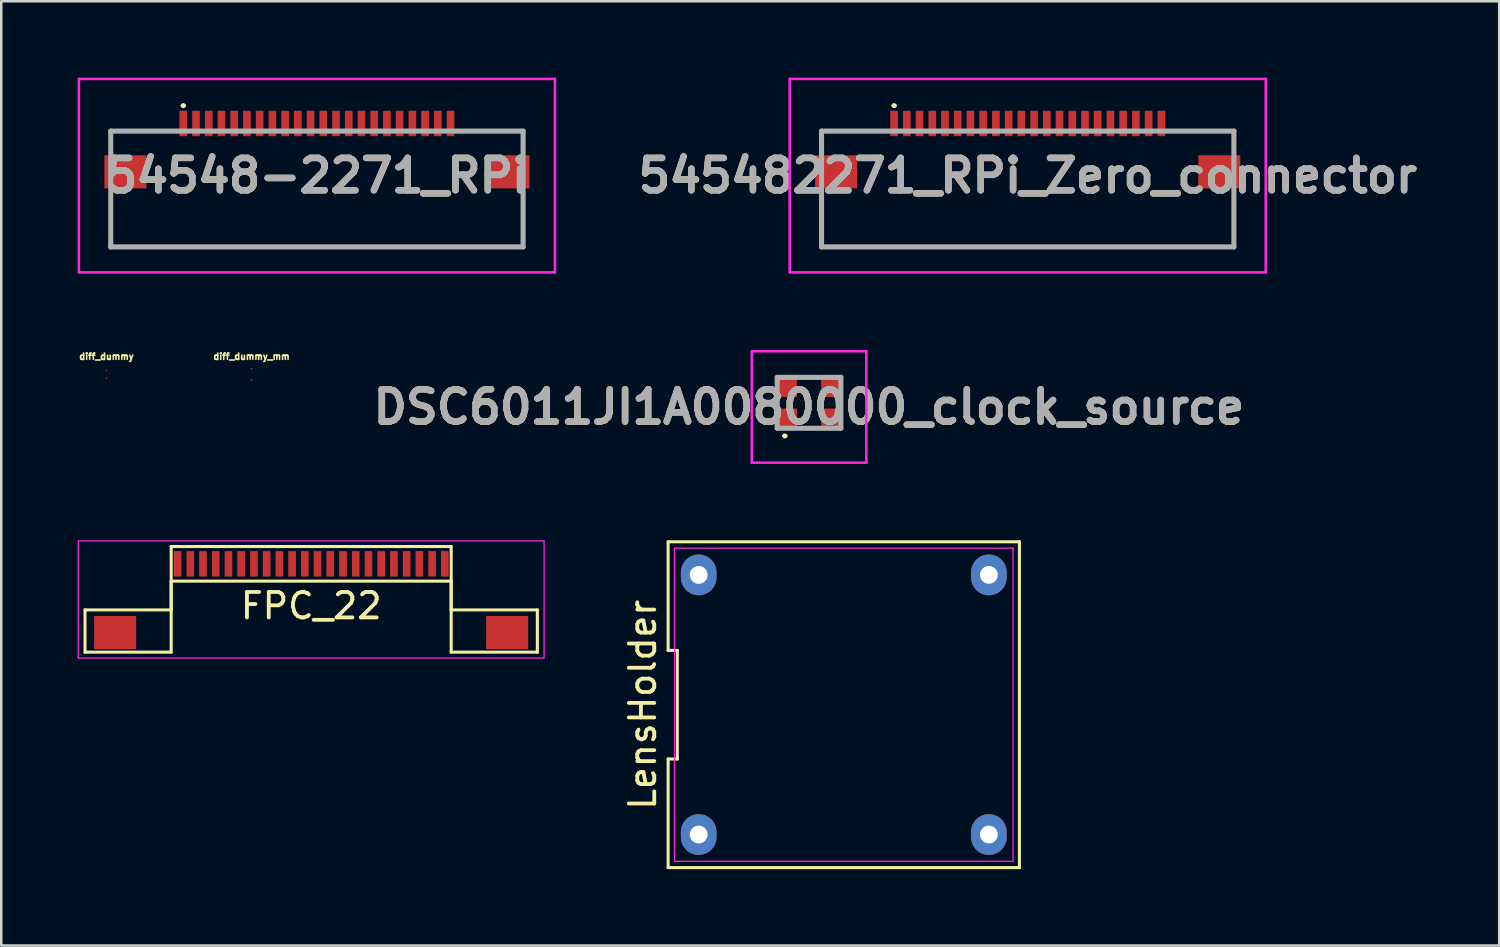
<source format=kicad_pcb>
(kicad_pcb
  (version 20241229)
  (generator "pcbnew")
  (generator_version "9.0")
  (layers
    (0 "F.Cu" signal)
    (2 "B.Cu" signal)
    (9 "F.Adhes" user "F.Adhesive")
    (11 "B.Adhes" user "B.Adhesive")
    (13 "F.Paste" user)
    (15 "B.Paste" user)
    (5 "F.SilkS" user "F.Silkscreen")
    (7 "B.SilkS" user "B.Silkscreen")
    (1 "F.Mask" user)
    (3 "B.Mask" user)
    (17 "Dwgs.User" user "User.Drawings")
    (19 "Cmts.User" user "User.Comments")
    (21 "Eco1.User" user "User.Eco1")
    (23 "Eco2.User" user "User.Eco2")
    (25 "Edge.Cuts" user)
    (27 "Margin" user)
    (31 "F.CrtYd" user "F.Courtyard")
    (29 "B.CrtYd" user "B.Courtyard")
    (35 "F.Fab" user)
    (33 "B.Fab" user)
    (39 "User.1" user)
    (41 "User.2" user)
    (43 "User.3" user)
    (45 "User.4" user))
  (footprint "FPC_22"
    (layer "F.Cu")
    (at 9.175 19.1)
    (property "Reference" "FPC_22" (at 0 1.65 0) (layer "F.SilkS") (effects (font (size 1 1) (thickness 0.15))))
    (attr smd)
    (fp_line (start -8.885 1.81) (end -5.5 1.81) (stroke (width 0.12) (type solid)) (layer "F.SilkS"))
    (fp_line (start -8.885 3.47) (end -8.885 1.81) (stroke (width 0.12) (type solid)) (layer "F.SilkS"))
    (fp_line (start -5.5 -0.68) (end 5.5 -0.68) (stroke (width 0.12) (type solid)) (layer "F.SilkS"))
    (fp_line (start -5.5 0.68) (end -5.5 3.47) (stroke (width 0.12) (type solid)) (layer "F.SilkS"))
    (fp_line (start -5.5 0.68) (end 5.5 0.68) (stroke (width 0.12) (type solid)) (layer "F.SilkS"))
    (fp_line (start -5.5 1.81) (end -5.5 -0.68) (stroke (width 0.12) (type solid)) (layer "F.SilkS"))
    (fp_line (start -5.5 3.47) (end -8.885 3.47) (stroke (width 0.12) (type solid)) (layer "F.SilkS"))
    (fp_line (start 5.5 0.68) (end 5.5 3.47) (stroke (width 0.12) (type solid)) (layer "F.SilkS"))
    (fp_line (start 5.5 1.81) (end 5.5 -0.68) (stroke (width 0.12) (type solid)) (layer "F.SilkS"))
    (fp_line (start 5.5 3.47) (end 8.885 3.47) (stroke (width 0.12) (type solid)) (layer "F.SilkS"))
    (fp_line (start 8.885 1.81) (end 5.5 1.81) (stroke (width 0.12) (type solid)) (layer "F.SilkS"))
    (fp_line (start 8.885 3.47) (end 8.885 1.81) (stroke (width 0.12) (type solid)) (layer "F.SilkS"))
    (fp_line (start -9.15 -0.9) (end -9.15 3.7) (stroke (width 0.05) (type solid)) (layer "F.CrtYd"))
    (fp_line (start -9.15 -0.9) (end 9.15 -0.9) (stroke (width 0.05) (type solid)) (layer "F.CrtYd"))
    (fp_line (start -9.15 3.7) (end 9.15 3.7) (stroke (width 0.05) (type solid)) (layer "F.CrtYd"))
    (fp_line (start 9.15 -0.9) (end 9.15 3.7) (stroke (width 0.05) (type solid)) (layer "F.CrtYd"))
    (pad "0" smd rect (at -7.7 2.7) (size 1.65 1.3) (layers "F.Cu" "F.Mask" "F.Paste"))
    (pad "0" smd rect (at 7.7 2.7) (size 1.65 1.3) (layers "F.Cu" "F.Mask" "F.Paste"))
    (pad "1" smd rect (at -5.25 0) (size 0.3 1) (layers "F.Cu" "F.Mask" "F.Paste"))
    (pad "2" smd rect (at -4.75 0) (size 0.3 1) (layers "F.Cu" "F.Mask" "F.Paste"))
    (pad "3" smd rect (at -4.25 0) (size 0.3 1) (layers "F.Cu" "F.Mask" "F.Paste"))
    (pad "4" smd rect (at -3.75 0) (size 0.3 1) (layers "F.Cu" "F.Mask" "F.Paste"))
    (pad "5" smd rect (at -3.25 0) (size 0.3 1) (layers "F.Cu" "F.Mask" "F.Paste"))
    (pad "6" smd rect (at -2.75 0) (size 0.3 1) (layers "F.Cu" "F.Mask" "F.Paste"))
    (pad "7" smd rect (at -2.25 0) (size 0.3 1) (layers "F.Cu" "F.Mask" "F.Paste"))
    (pad "8" smd rect (at -1.75 0) (size 0.3 1) (layers "F.Cu" "F.Mask" "F.Paste"))
    (pad "9" smd rect (at -1.25 0) (size 0.3 1) (layers "F.Cu" "F.Mask" "F.Paste"))
    (pad "10" smd rect (at -0.75 0) (size 0.3 1) (layers "F.Cu" "F.Mask" "F.Paste"))
    (pad "11" smd rect (at -0.25 0) (size 0.3 1) (layers "F.Cu" "F.Mask" "F.Paste"))
    (pad "12" smd rect (at 0.25 0) (size 0.3 1) (layers "F.Cu" "F.Mask" "F.Paste"))
    (pad "13" smd rect (at 0.75 0) (size 0.3 1) (layers "F.Cu" "F.Mask" "F.Paste"))
    (pad "14" smd rect (at 1.25 0) (size 0.3 1) (layers "F.Cu" "F.Mask" "F.Paste"))
    (pad "15" smd rect (at 1.75 0) (size 0.3 1) (layers "F.Cu" "F.Mask" "F.Paste"))
    (pad "16" smd rect (at 2.25 0) (size 0.3 1) (layers "F.Cu" "F.Mask" "F.Paste"))
    (pad "17" smd rect (at 2.75 0) (size 0.3 1) (layers "F.Cu" "F.Mask" "F.Paste"))
    (pad "18" smd rect (at 3.25 0) (size 0.3 1) (layers "F.Cu" "F.Mask" "F.Paste"))
    (pad "19" smd rect (at 3.75 0) (size 0.3 1) (layers "F.Cu" "F.Mask" "F.Paste"))
    (pad "20" smd rect (at 4.25 0) (size 0.3 1) (layers "F.Cu" "F.Mask" "F.Paste"))
    (pad "21" smd rect (at 4.75 0) (size 0.3 1) (layers "F.Cu" "F.Mask" "F.Paste"))
    (pad "22" smd rect (at 5.25 0) (size 0.3 1) (layers "F.Cu" "F.Mask" "F.Paste")))
  (footprint "54548-2271_RPi"
    (layer "F.Cu")
    (at 9.4 3.85)
    (property "Reference" "54548-2271_RPi" (at 0 0 0) (layer "F.SilkS") (effects (font (size 1.27 1.27) (thickness 0.254))))
    (attr smd)
    (fp_line (start -8.1 0.79) (end -8.1 2.8) (stroke (width 0.1) (type solid)) (layer "F.SilkS"))
    (fp_line (start -8.1 2.8) (end 8.1 2.8) (stroke (width 0.1) (type solid)) (layer "F.SilkS"))
    (fp_line (start -6 -1.75) (end -8.1 -1.75) (stroke (width 0.1) (type solid)) (layer "F.SilkS"))
    (fp_line (start -5.3 -2.75) (end -5.3 -2.75) (stroke (width 0.1) (type solid)) (layer "F.SilkS"))
    (fp_line (start -5.2 -2.75) (end -5.2 -2.75) (stroke (width 0.1) (type solid)) (layer "F.SilkS"))
    (fp_line (start 6 -1.75) (end 8.1 -1.75) (stroke (width 0.1) (type solid)) (layer "F.SilkS"))
    (fp_line (start 8.1 2.8) (end 8.1 0.79) (stroke (width 0.1) (type solid)) (layer "F.SilkS"))
    (fp_arc (start -5.3 -2.75) (mid -5.25 -2.8) (end -5.2 -2.75) (stroke (width 0.1) (type solid)) (layer "F.SilkS"))
    (fp_arc (start -5.2 -2.75) (mid -5.25 -2.7) (end -5.3 -2.75) (stroke (width 0.1) (type solid)) (layer "F.SilkS"))
    (fp_line (start -9.35 -3.8) (end 9.35 -3.8) (stroke (width 0.1) (type solid)) (layer "F.CrtYd"))
    (fp_line (start -9.35 3.8) (end -9.35 -3.8) (stroke (width 0.1) (type solid)) (layer "F.CrtYd"))
    (fp_line (start 9.35 -3.8) (end 9.35 3.8) (stroke (width 0.1) (type solid)) (layer "F.CrtYd"))
    (fp_line (start 9.35 3.8) (end -9.35 3.8) (stroke (width 0.1) (type solid)) (layer "F.CrtYd"))
    (fp_line (start -8.1 -1.75) (end 8.1 -1.75) (stroke (width 0.2) (type solid)) (layer "F.Fab"))
    (fp_line (start -8.1 2.8) (end -8.1 -1.75) (stroke (width 0.2) (type solid)) (layer "F.Fab"))
    (fp_line (start 8.1 -1.75) (end 8.1 2.8) (stroke (width 0.2) (type solid)) (layer "F.Fab"))
    (fp_line (start 8.1 2.8) (end -8.1 2.8) (stroke (width 0.2) (type solid)) (layer "F.Fab"))
    (fp_text user "${REFERENCE}" (at 0 0 0) (layer "F.Fab") (effects (font (size 1.27 1.27) (thickness 0.254))))
    (pad "1" smd rect (at -5.25 -2.05) (size 0.3 1) (layers "F.Cu" "F.Mask" "F.Paste"))
    (pad "2" smd rect (at -4.75 -2.05) (size 0.3 1) (layers "F.Cu" "F.Mask" "F.Paste"))
    (pad "3" smd rect (at -4.25 -2.05) (size 0.3 1) (layers "F.Cu" "F.Mask" "F.Paste"))
    (pad "4" smd rect (at -3.75 -2.05) (size 0.3 1) (layers "F.Cu" "F.Mask" "F.Paste"))
    (pad "5" smd rect (at -3.25 -2.05) (size 0.3 1) (layers "F.Cu" "F.Mask" "F.Paste"))
    (pad "6" smd rect (at -2.75 -2.05) (size 0.3 1) (layers "F.Cu" "F.Mask" "F.Paste"))
    (pad "7" smd rect (at -2.25 -2.05) (size 0.3 1) (layers "F.Cu" "F.Mask" "F.Paste"))
    (pad "8" smd rect (at -1.75 -2.05) (size 0.3 1) (layers "F.Cu" "F.Mask" "F.Paste"))
    (pad "9" smd rect (at -1.25 -2.05) (size 0.3 1) (layers "F.Cu" "F.Mask" "F.Paste"))
    (pad "10" smd rect (at -0.75 -2.05) (size 0.3 1) (layers "F.Cu" "F.Mask" "F.Paste"))
    (pad "11" smd rect (at -0.25 -2.05) (size 0.3 1) (layers "F.Cu" "F.Mask" "F.Paste"))
    (pad "12" smd rect (at 0.25 -2.05) (size 0.3 1) (layers "F.Cu" "F.Mask" "F.Paste"))
    (pad "13" smd rect (at 0.75 -2.05) (size 0.3 1) (layers "F.Cu" "F.Mask" "F.Paste"))
    (pad "14" smd rect (at 1.25 -2.05) (size 0.3 1) (layers "F.Cu" "F.Mask" "F.Paste"))
    (pad "15" smd rect (at 1.75 -2.05) (size 0.3 1) (layers "F.Cu" "F.Mask" "F.Paste"))
    (pad "16" smd rect (at 2.25 -2.05) (size 0.3 1) (layers "F.Cu" "F.Mask" "F.Paste"))
    (pad "17" smd rect (at 2.75 -2.05) (size 0.3 1) (layers "F.Cu" "F.Mask" "F.Paste"))
    (pad "18" smd rect (at 3.25 -2.05) (size 0.3 1) (layers "F.Cu" "F.Mask" "F.Paste"))
    (pad "19" smd rect (at 3.75 -2.05) (size 0.3 1) (layers "F.Cu" "F.Mask" "F.Paste"))
    (pad "20" smd rect (at 4.25 -2.05) (size 0.3 1) (layers "F.Cu" "F.Mask" "F.Paste"))
    (pad "21" smd rect (at 4.75 -2.05) (size 0.3 1) (layers "F.Cu" "F.Mask" "F.Paste"))
    (pad "22" smd rect (at 5.25 -2.05) (size 0.3 1) (layers "F.Cu" "F.Mask" "F.Paste"))
    (pad "23" smd rect (at -7.525 -0.15) (size 1.65 1.3) (layers "F.Cu" "F.Mask" "F.Paste"))
    (pad "24" smd rect (at 7.525 -0.15) (size 1.65 1.3) (layers "F.Cu" "F.Mask" "F.Paste")))
  (footprint "DSC6011JI1A0080000_clock_source"
    (layer "F.Cu")
    (at 28.733 12.775)
    (property "Reference" "DSC6011JI1A0080000_clock_source" (at 0 0.163 0) (layer "F.SilkS") (effects (font (size 1.27 1.27) (thickness 0.254))))
    (attr smd)
    (fp_line (start -1 1.3) (end -1 1.3) (stroke (width 0.1) (type solid)) (layer "F.SilkS"))
    (fp_line (start -0.9 1.3) (end -0.9 1.3) (stroke (width 0.1) (type solid)) (layer "F.SilkS"))
    (fp_line (start -0.3 -1) (end 0.3 -1) (stroke (width 0.1) (type solid)) (layer "F.SilkS"))
    (fp_line (start -0.3 1) (end 0.3 1) (stroke (width 0.1) (type solid)) (layer "F.SilkS"))
    (fp_arc (start -1 1.3) (mid -0.95 1.25) (end -0.9 1.3) (stroke (width 0.1) (type solid)) (layer "F.SilkS"))
    (fp_arc (start -0.9 1.3) (mid -0.95 1.35) (end -1 1.3) (stroke (width 0.1) (type solid)) (layer "F.SilkS"))
    (fp_line (start -2.25 -2.025) (end 2.25 -2.025) (stroke (width 0.1) (type solid)) (layer "F.CrtYd"))
    (fp_line (start -2.25 2.35) (end -2.25 -2.025) (stroke (width 0.1) (type solid)) (layer "F.CrtYd"))
    (fp_line (start 2.25 -2.025) (end 2.25 2.35) (stroke (width 0.1) (type solid)) (layer "F.CrtYd"))
    (fp_line (start 2.25 2.35) (end -2.25 2.35) (stroke (width 0.1) (type solid)) (layer "F.CrtYd"))
    (fp_line (start -1.25 -1) (end 1.25 -1) (stroke (width 0.2) (type solid)) (layer "F.Fab"))
    (fp_line (start -1.25 1) (end -1.25 -1) (stroke (width 0.2) (type solid)) (layer "F.Fab"))
    (fp_line (start 1.25 -1) (end 1.25 1) (stroke (width 0.2) (type solid)) (layer "F.Fab"))
    (fp_line (start 1.25 1) (end -1.25 1) (stroke (width 0.2) (type solid)) (layer "F.Fab"))
    (fp_text user "${REFERENCE}" (at 0 0.163 0) (layer "F.Fab") (effects (font (size 1.27 1.27) (thickness 0.254))))
    (pad "1" smd rect (at -0.825 0.625) (size 0.7 0.8) (layers "F.Cu" "F.Mask" "F.Paste"))
    (pad "2" smd rect (at 0.825 0.625) (size 0.7 0.8) (layers "F.Cu" "F.Mask" "F.Paste"))
    (pad "3" smd rect (at 0.825 -0.625) (size 0.7 0.8) (layers "F.Cu" "F.Mask" "F.Paste"))
    (pad "4" smd rect (at -0.825 -0.625) (size 0.7 0.8) (layers "F.Cu" "F.Mask" "F.Paste")))
  (footprint "diff_dummy_mm"
    (layer "F.Cu")
    (at 6.831 11.656)
    (property "Reference" "diff_dummy_mm" (at 0 -0.7 0) (layer "F.SilkS") (effects (font (size 0.25 0.25) (thickness 0.062))))
    (attr smd)
    (pad "1" smd rect (at 0 -0.225) (size 0.05 0.05) (layers "F.Cu"))
    (pad "2" smd rect (at 0 0.225) (size 0.05 0.05) (layers "F.Cu")))
  (footprint "LensHolder"
    (layer "F.Cu")
    (at 30.098 24.635)
    (property "Reference" "LensHolder" (at -7.9 0 90) (layer "F.SilkS") (effects (font (size 1 1) (thickness 0.15))))
    (attr through_hole)
    (fp_line (start -6.9 -6.4) (end -6.9 -2.133) (stroke (width 0.12) (type solid)) (layer "F.SilkS"))
    (fp_line (start -6.9 -2.133) (end -6.54 -2.133) (stroke (width 0.12) (type solid)) (layer "F.SilkS"))
    (fp_line (start -6.9 2.133) (end -6.9 6.4) (stroke (width 0.12) (type solid)) (layer "F.SilkS"))
    (fp_line (start -6.9 6.4) (end 6.9 6.4) (stroke (width 0.12) (type solid)) (layer "F.SilkS"))
    (fp_line (start -6.54 -2.133) (end -6.54 2.133) (stroke (width 0.12) (type solid)) (layer "F.SilkS"))
    (fp_line (start -6.54 2.133) (end -6.9 2.133) (stroke (width 0.12) (type solid)) (layer "F.SilkS"))
    (fp_line (start 6.9 -6.4) (end -6.9 -6.4) (stroke (width 0.12) (type solid)) (layer "F.SilkS"))
    (fp_line (start 6.9 6.4) (end 6.9 -6.4) (stroke (width 0.12) (type solid)) (layer "F.SilkS"))
    (fp_line (start -6.65 -6.15) (end 6.65 -6.15) (stroke (width 0.05) (type solid)) (layer "F.CrtYd"))
    (fp_line (start -6.65 6.15) (end -6.65 -6.15) (stroke (width 0.05) (type solid)) (layer "F.CrtYd"))
    (fp_line (start 6.65 -6.15) (end 6.65 6.15) (stroke (width 0.05) (type solid)) (layer "F.CrtYd"))
    (fp_line (start 6.65 6.15) (end -6.65 6.15) (stroke (width 0.05) (type solid)) (layer "F.CrtYd"))
    (pad "1" thru_hole oval (at -5.7 5.1) (size 1.4 1.6) (drill 0.7) (layers "*.Cu" "*.Mask"))
    (pad "2" thru_hole oval (at 5.7 5.1) (size 1.4 1.6) (drill 0.7) (layers "*.Cu" "*.Mask"))
    (pad "3" thru_hole oval (at 5.7 -5.1) (size 1.4 1.6) (drill 0.7) (layers "*.Cu" "*.Mask"))
    (pad "4" thru_hole oval (at -5.7 -5.1) (size 1.4 1.6) (drill 0.7) (layers "*.Cu" "*.Mask")))
  (footprint "545482271_RPi_Zero_connector"
    (layer "F.Cu")
    (at 37.324 3.85)
    (property "Reference" "545482271_RPi_Zero_connector" (at 0 0 0) (layer "F.SilkS") (effects (font (size 1.27 1.27) (thickness 0.254))))
    (attr smd)
    (fp_line (start -8.1 0.79) (end -8.1 2.8) (stroke (width 0.1) (type solid)) (layer "F.SilkS"))
    (fp_line (start -8.1 2.8) (end 8.1 2.8) (stroke (width 0.1) (type solid)) (layer "F.SilkS"))
    (fp_line (start -6 -1.75) (end -8.1 -1.75) (stroke (width 0.1) (type solid)) (layer "F.SilkS"))
    (fp_line (start -5.3 -2.75) (end -5.3 -2.75) (stroke (width 0.1) (type solid)) (layer "F.SilkS"))
    (fp_line (start -5.2 -2.75) (end -5.2 -2.75) (stroke (width 0.1) (type solid)) (layer "F.SilkS"))
    (fp_line (start 6 -1.75) (end 8.1 -1.75) (stroke (width 0.1) (type solid)) (layer "F.SilkS"))
    (fp_line (start 8.1 2.8) (end 8.1 0.79) (stroke (width 0.1) (type solid)) (layer "F.SilkS"))
    (fp_arc (start -5.3 -2.75) (mid -5.25 -2.8) (end -5.2 -2.75) (stroke (width 0.1) (type solid)) (layer "F.SilkS"))
    (fp_arc (start -5.2 -2.75) (mid -5.25 -2.7) (end -5.3 -2.75) (stroke (width 0.1) (type solid)) (layer "F.SilkS"))
    (fp_line (start -9.35 -3.8) (end 9.35 -3.8) (stroke (width 0.1) (type solid)) (layer "F.CrtYd"))
    (fp_line (start -9.35 3.8) (end -9.35 -3.8) (stroke (width 0.1) (type solid)) (layer "F.CrtYd"))
    (fp_line (start 9.35 -3.8) (end 9.35 3.8) (stroke (width 0.1) (type solid)) (layer "F.CrtYd"))
    (fp_line (start 9.35 3.8) (end -9.35 3.8) (stroke (width 0.1) (type solid)) (layer "F.CrtYd"))
    (fp_line (start -8.1 -1.75) (end 8.1 -1.75) (stroke (width 0.2) (type solid)) (layer "F.Fab"))
    (fp_line (start -8.1 2.8) (end -8.1 -1.75) (stroke (width 0.2) (type solid)) (layer "F.Fab"))
    (fp_line (start 8.1 -1.75) (end 8.1 2.8) (stroke (width 0.2) (type solid)) (layer "F.Fab"))
    (fp_line (start 8.1 2.8) (end -8.1 2.8) (stroke (width 0.2) (type solid)) (layer "F.Fab"))
    (fp_text user "${REFERENCE}" (at 0 0 0) (layer "F.Fab") (effects (font (size 1.27 1.27) (thickness 0.254))))
    (pad "1" smd rect (at -5.25 -2.05) (size 0.3 1) (layers "F.Cu" "F.Mask" "F.Paste"))
    (pad "2" smd rect (at -4.75 -2.05) (size 0.3 1) (layers "F.Cu" "F.Mask" "F.Paste"))
    (pad "3" smd rect (at -4.25 -2.05) (size 0.3 1) (layers "F.Cu" "F.Mask" "F.Paste"))
    (pad "4" smd rect (at -3.75 -2.05) (size 0.3 1) (layers "F.Cu" "F.Mask" "F.Paste"))
    (pad "5" smd rect (at -3.25 -2.05) (size 0.3 1) (layers "F.Cu" "F.Mask" "F.Paste"))
    (pad "6" smd rect (at -2.75 -2.05) (size 0.3 1) (layers "F.Cu" "F.Mask" "F.Paste"))
    (pad "7" smd rect (at -2.25 -2.05) (size 0.3 1) (layers "F.Cu" "F.Mask" "F.Paste"))
    (pad "8" smd rect (at -1.75 -2.05) (size 0.3 1) (layers "F.Cu" "F.Mask" "F.Paste"))
    (pad "9" smd rect (at -1.25 -2.05) (size 0.3 1) (layers "F.Cu" "F.Mask" "F.Paste"))
    (pad "10" smd rect (at -0.75 -2.05) (size 0.3 1) (layers "F.Cu" "F.Mask" "F.Paste"))
    (pad "11" smd rect (at -0.25 -2.05) (size 0.3 1) (layers "F.Cu" "F.Mask" "F.Paste"))
    (pad "12" smd rect (at 0.25 -2.05) (size 0.3 1) (layers "F.Cu" "F.Mask" "F.Paste"))
    (pad "13" smd rect (at 0.75 -2.05) (size 0.3 1) (layers "F.Cu" "F.Mask" "F.Paste"))
    (pad "14" smd rect (at 1.25 -2.05) (size 0.3 1) (layers "F.Cu" "F.Mask" "F.Paste"))
    (pad "15" smd rect (at 1.75 -2.05) (size 0.3 1) (layers "F.Cu" "F.Mask" "F.Paste"))
    (pad "16" smd rect (at 2.25 -2.05) (size 0.3 1) (layers "F.Cu" "F.Mask" "F.Paste"))
    (pad "17" smd rect (at 2.75 -2.05) (size 0.3 1) (layers "F.Cu" "F.Mask" "F.Paste"))
    (pad "18" smd rect (at 3.25 -2.05) (size 0.3 1) (layers "F.Cu" "F.Mask" "F.Paste"))
    (pad "19" smd rect (at 3.75 -2.05) (size 0.3 1) (layers "F.Cu" "F.Mask" "F.Paste"))
    (pad "20" smd rect (at 4.25 -2.05) (size 0.3 1) (layers "F.Cu" "F.Mask" "F.Paste"))
    (pad "21" smd rect (at 4.75 -2.05) (size 0.3 1) (layers "F.Cu" "F.Mask" "F.Paste"))
    (pad "22" smd rect (at 5.25 -2.05) (size 0.3 1) (layers "F.Cu" "F.Mask" "F.Paste"))
    (pad "23" smd rect (at -7.525 -0.15) (size 1.65 1.3) (layers "F.Cu" "F.Mask" "F.Paste"))
    (pad "24" smd rect (at 7.525 -0.15) (size 1.65 1.3) (layers "F.Cu" "F.Mask" "F.Paste")))
  (footprint "diff_dummy"
    (layer "F.Cu")
    (at 1.134 11.656)
    (property "Reference" "diff_dummy" (at 0 -0.7 0) (layer "F.SilkS") (effects (font (size 0.25 0.25) (thickness 0.062))))
    (attr smd)
    (pad "1" smd rect (at 0 -0.152) (size 0.05 0.05) (layers "F.Cu"))
    (pad "2" smd rect (at 0 0.152) (size 0.05 0.05) (layers "F.Cu")))
  (gr_rect
    (start -3 -3)
    (end 55.848 34.095)
    (stroke (width 0.1) (type default))
    (fill no)
    (layer "Edge.Cuts")))
</source>
